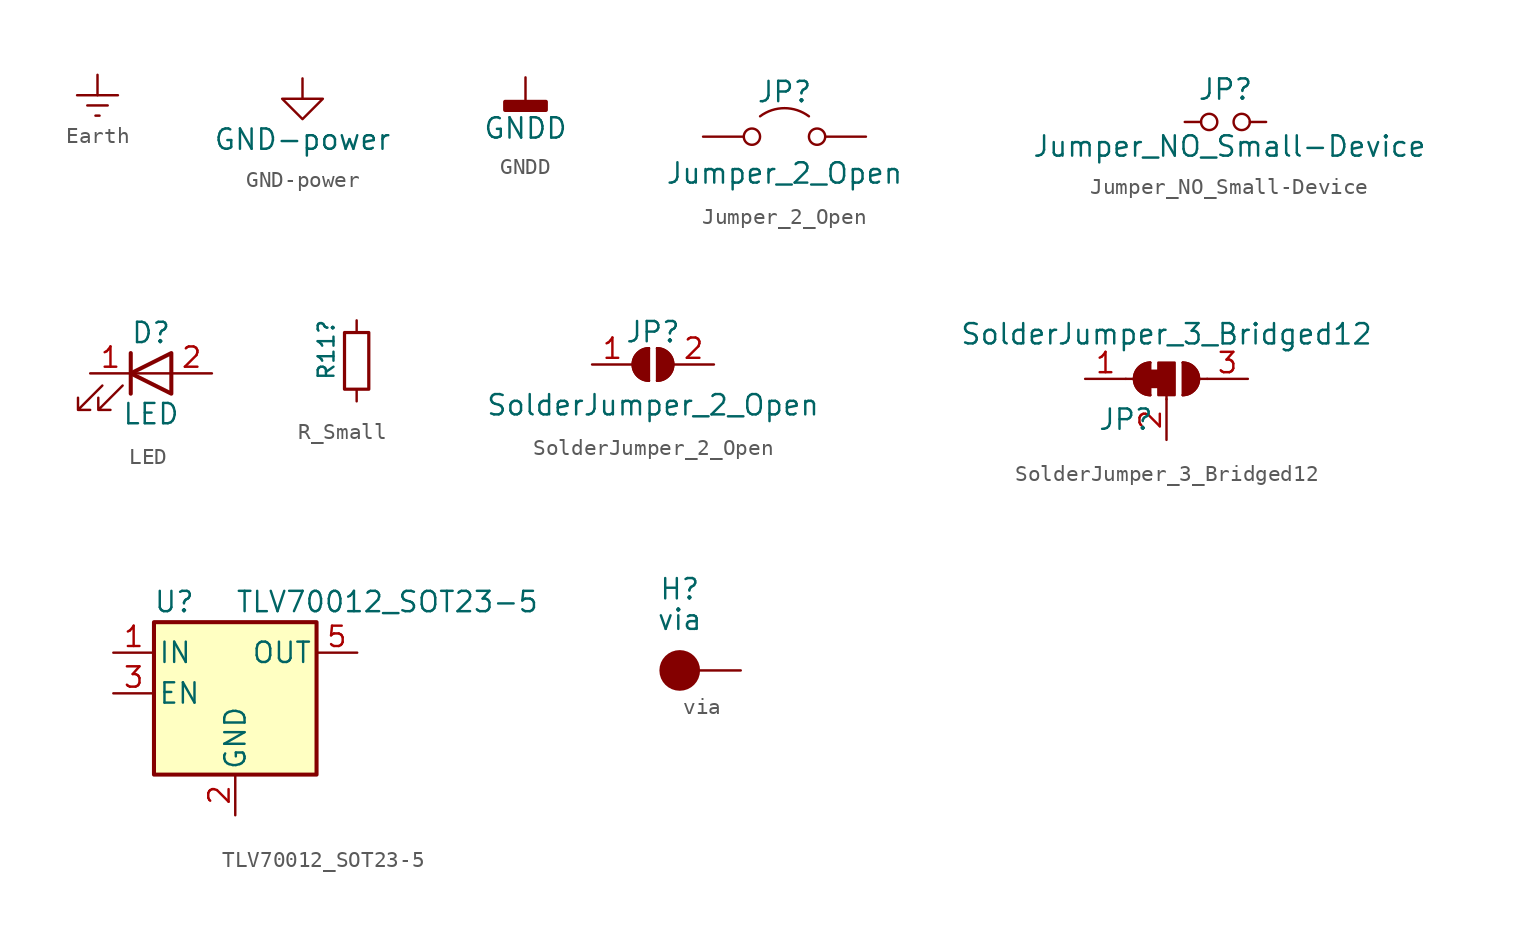
<source format=kicad_sym>
(kicad_symbol_lib
  (version 20241209)
  (generator "kicad_symbol_editor")
  (generator_version "9.0")
  (symbol "Earth"
    (power)
    (pin_names
      (offset 0))
    (property "Reference" "#PWR"
      (at 0 -6.35 0)
      (effects (font (size 1.27 1.27)) (hide yes)))
    (symbol "Earth_0_1"
      (polyline (pts (xy -0.635 -1.905) (xy 0.635 -1.905)) (stroke (width 0) (type default)) (fill (type none)))
      (polyline (pts (xy -0.127 -2.54) (xy 0.127 -2.54)) (stroke (width 0) (type default)) (fill (type none)))
      (polyline (pts (xy 0 -1.27) (xy 0 0)) (stroke (width 0) (type default)) (fill (type none)))
      (polyline (pts (xy 1.27 -1.27) (xy -1.27 -1.27)) (stroke (width 0) (type default)) (fill (type none))))
    (symbol "Earth_1_1"
      (pin power_in line (at 0 0 270) (length 0) (hide yes) (name "Earth" (effects (font (size 1.27 1.27)))) (number "1" (effects (font (size 1.27 1.27)))))))
  (symbol "GND-power"
    (power)
    (pin_names
      (offset 0))
    (property "Reference" "#PWR"
      (at 0 -6.35 0)
      (effects (font (size 1.27 1.27)) (hide yes)))
    (property "Value" "GND-power"
      (at 0 -3.81 0)
      (effects (font (size 1.27 1.27))))
    (symbol "GND-power_0_1"
      (polyline (pts (xy 0 0) (xy 0 -1.27) (xy 1.27 -1.27) (xy 0 -2.54) (xy -1.27 -1.27) (xy 0 -1.27)) (stroke (width 0) (type default)) (fill (type none))))
    (symbol "GND-power_1_1"
      (pin power_in line (at 0 0 270) (length 0) (hide yes) (name "GND" (effects (font (size 1.27 1.27)))) (number "1" (effects (font (size 1.27 1.27)))))))
  (symbol "GNDD"
    (power)
    (pin_names
      (offset 0))
    (property "Reference" "#PWR"
      (at 0 -6.35 0)
      (effects (font (size 1.27 1.27)) (hide yes)))
    (property "Value" "GNDD"
      (at 0 -3.175 0)
      (effects (font (size 1.27 1.27))))
    (symbol "GNDD_0_1"
      (rectangle (start -1.27 -1.524) (end 1.27 -2.032) (stroke (width 0.254) (type default)) (fill (type outline)))
      (polyline (pts (xy 0 0) (xy 0 -1.524)) (stroke (width 0) (type default)) (fill (type none))))
    (symbol "GNDD_1_1"
      (pin power_in line (at 0 0 270) (length 0) (hide yes) (name "GNDD" (effects (font (size 1.27 1.27)))) (number "1" (effects (font (size 1.27 1.27)))))))
  (symbol "Jumper_2_Open"
    (pin_numbers
      (hide yes))
    (pin_names
      (offset 0)
      (hide yes))
    (property "Reference" "JP"
      (at 0 2.794 0)
      (effects (font (size 1.27 1.27))))
    (property "Value" "Jumper_2_Open"
      (at 0 -2.286 0)
      (effects (font (size 1.27 1.27))))
    (symbol "Jumper_2_Open_0_0"
      (circle (center -2.032 0) (radius 0.508) (stroke (width 0) (type default)) (fill (type none)))
      (circle (center 2.032 0) (radius 0.508) (stroke (width 0) (type default)) (fill (type none))))
    (symbol "Jumper_2_Open_0_1"
      (arc (start -1.524 1.27) (mid 0 1.778) (end 1.524 1.27) (stroke (width 0) (type default)) (fill (type none))))
    (symbol "Jumper_2_Open_1_1"
      (pin passive line (at -5.08 0 0) (length 2.54) (name "A" (effects (font (size 1.27 1.27)))) (number "1" (effects (font (size 1.27 1.27)))))
      (pin passive line (at 5.08 0 180) (length 2.54) (name "B" (effects (font (size 1.27 1.27)))) (number "2" (effects (font (size 1.27 1.27)))))))
  (symbol "Jumper_NO_Small-Device"
    (pin_numbers
      (hide yes))
    (pin_names
      (offset 0.762)
      (hide yes))
    (property "Reference" "JP"
      (at 0 2.032 0)
      (effects (font (size 1.27 1.27))))
    (property "Value" "Jumper_NO_Small-Device"
      (at 0.254 -1.524 0)
      (effects (font (size 1.27 1.27))))
    (symbol "Jumper_NO_Small-Device_0_1"
      (circle (center -1.016 0) (radius 0.508) (stroke (width 0) (type default)) (fill (type none)))
      (circle (center 1.016 0) (radius 0.508) (stroke (width 0) (type default)) (fill (type none)))
      (pin passive line (at -2.54 0 0) (length 1.016) (name "1" (effects (font (size 1.27 1.27)))) (number "1" (effects (font (size 1.27 1.27)))))
      (pin passive line (at 2.54 0 180) (length 1.016) (name "2" (effects (font (size 1.27 1.27)))) (number "2" (effects (font (size 1.27 1.27)))))))
  (symbol "LED"
    (pin_names
      (offset 1.016)
      (hide yes))
    (property "Reference" "D"
      (at 0 2.54 0)
      (effects (font (size 1.27 1.27))))
    (property "Value" "LED"
      (at 0 -2.54 0)
      (effects (font (size 1.27 1.27))))
    (symbol "LED_0_1"
      (polyline (pts (xy -3.048 -0.762) (xy -4.572 -2.286) (xy -3.81 -2.286) (xy -4.572 -2.286) (xy -4.572 -1.524)) (stroke (width 0) (type default)) (fill (type none)))
      (polyline (pts (xy -1.778 -0.762) (xy -3.302 -2.286) (xy -2.54 -2.286) (xy -3.302 -2.286) (xy -3.302 -1.524)) (stroke (width 0) (type default)) (fill (type none)))
      (polyline (pts (xy -1.27 0) (xy 1.27 0)) (stroke (width 0) (type default)) (fill (type none)))
      (polyline (pts (xy -1.27 -1.27) (xy -1.27 1.27)) (stroke (width 0.254) (type default)) (fill (type none)))
      (polyline (pts (xy 1.27 -1.27) (xy 1.27 1.27) (xy -1.27 0) (xy 1.27 -1.27)) (stroke (width 0.254) (type default)) (fill (type none))))
    (symbol "LED_1_1"
      (pin passive line (at -3.81 0 0) (length 2.54) (name "K" (effects (font (size 1.27 1.27)))) (number "1" (effects (font (size 1.27 1.27)))))
      (pin passive line (at 3.81 0 180) (length 2.54) (name "A" (effects (font (size 1.27 1.27)))) (number "2" (effects (font (size 1.27 1.27)))))))
  (symbol "R_Small"
    (pin_numbers
      (hide yes))
    (pin_names
      (offset 0.254)
      (hide yes))
    (property "Reference" "R11"
      (at -1.905 -1.27 90)
      (effects (font (size 0.991 0.991)) (justify left)))
    (symbol "R_Small_0_1"
      (rectangle (start -0.762 1.778) (end 0.762 -1.778) (stroke (width 0.203) (type default)) (fill (type none))))
    (symbol "R_Small_1_1"
      (pin passive line (at 0 2.54 270) (length 0.762) (name "~" (effects (font (size 1.27 1.27)))) (number "1" (effects (font (size 1.27 1.27)))))
      (pin passive line (at 0 -2.54 90) (length 0.762) (name "~" (effects (font (size 1.27 1.27)))) (number "2" (effects (font (size 1.27 1.27)))))))
  (symbol "SolderJumper_2_Open"
    (pin_names
      (offset 0)
      (hide yes))
    (property "Reference" "JP"
      (at 0 2.032 0)
      (effects (font (size 1.27 1.27))))
    (property "Value" "SolderJumper_2_Open"
      (at 0 -2.54 0)
      (effects (font (size 1.27 1.27))))
    (symbol "SolderJumper_2_Open_0_1"
      (polyline (pts (xy -0.254 1.016) (xy -0.254 -1.016)) (stroke (width 0) (type default)) (fill (type none)))
      (arc (start -0.254 -1.016) (mid -1.2656 0) (end -0.254 1.016) (stroke (width 0) (type default)) (fill (type none)))
      (arc (start -0.254 -1.016) (mid -1.2656 0) (end -0.254 1.016) (stroke (width 0) (type default)) (fill (type outline)))
      (arc (start 0.254 1.016) (mid 1.2656 0) (end 0.254 -1.016) (stroke (width 0) (type default)) (fill (type none)))
      (arc (start 0.254 1.016) (mid 1.2656 0) (end 0.254 -1.016) (stroke (width 0) (type default)) (fill (type outline)))
      (polyline (pts (xy 0.254 1.016) (xy 0.254 -1.016)) (stroke (width 0) (type default)) (fill (type none))))
    (symbol "SolderJumper_2_Open_1_1"
      (pin passive line (at -3.81 0 0) (length 2.54) (name "A" (effects (font (size 1.27 1.27)))) (number "1" (effects (font (size 1.27 1.27)))))
      (pin passive line (at 3.81 0 180) (length 2.54) (name "B" (effects (font (size 1.27 1.27)))) (number "2" (effects (font (size 1.27 1.27)))))))
  (symbol "SolderJumper_3_Bridged12"
    (pin_names
      (offset 0)
      (hide yes))
    (property "Reference" "JP"
      (at -2.54 -2.54 0)
      (effects (font (size 1.27 1.27))))
    (property "Value" "SolderJumper_3_Bridged12"
      (at 0 2.794 0)
      (effects (font (size 1.27 1.27))))
    (symbol "SolderJumper_3_Bridged12_0_1"
      (polyline (pts (xy -2.54 0) (xy -2.032 0)) (stroke (width 0) (type default)) (fill (type none)))
      (polyline (pts (xy -1.016 1.016) (xy -1.016 -1.016)) (stroke (width 0) (type default)) (fill (type none)))
      (rectangle (start -1.016 0.508) (end -0.508 -0.508) (stroke (width 0) (type default)) (fill (type outline)))
      (arc (start -1.016 -1.016) (mid -2.0276 0) (end -1.016 1.016) (stroke (width 0) (type default)) (fill (type none)))
      (arc (start -1.016 -1.016) (mid -2.0276 0) (end -1.016 1.016) (stroke (width 0) (type default)) (fill (type outline)))
      (rectangle (start -0.508 1.016) (end 0.508 -1.016) (stroke (width 0) (type default)) (fill (type outline)))
      (polyline (pts (xy 0 -1.27) (xy 0 -1.016)) (stroke (width 0) (type default)) (fill (type none)))
      (arc (start 1.016 1.016) (mid 2.0276 0) (end 1.016 -1.016) (stroke (width 0) (type default)) (fill (type none)))
      (arc (start 1.016 1.016) (mid 2.0276 0) (end 1.016 -1.016) (stroke (width 0) (type default)) (fill (type outline)))
      (polyline (pts (xy 1.016 1.016) (xy 1.016 -1.016)) (stroke (width 0) (type default)) (fill (type none)))
      (polyline (pts (xy 2.54 0) (xy 2.032 0)) (stroke (width 0) (type default)) (fill (type none))))
    (symbol "SolderJumper_3_Bridged12_1_1"
      (pin passive line (at -5.08 0 0) (length 2.54) (name "A" (effects (font (size 1.27 1.27)))) (number "1" (effects (font (size 1.27 1.27)))))
      (pin input line (at 0 -3.81 90) (length 2.54) (name "C" (effects (font (size 1.27 1.27)))) (number "2" (effects (font (size 1.27 1.27)))))
      (pin passive line (at 5.08 0 180) (length 2.54) (name "B" (effects (font (size 1.27 1.27)))) (number "3" (effects (font (size 1.27 1.27)))))))
  (symbol "TLV70012_SOT23-5"
    (pin_names
      (offset 0.254))
    (property "Reference" "U"
      (at -3.81 5.715 0)
      (effects (font (size 1.27 1.27))))
    (property "Value" "TLV70012_SOT23-5"
      (at 0 5.715 0)
      (effects (font (size 1.27 1.27)) (justify left)))
    (symbol "TLV70012_SOT23-5_0_1"
      (rectangle (start -5.08 4.445) (end 5.08 -5.08) (stroke (width 0.254) (type default)) (fill (type background))))
    (symbol "TLV70012_SOT23-5_1_1"
      (pin power_in line (at -7.62 2.54 0) (length 2.54) (name "IN" (effects (font (size 1.27 1.27)))) (number "1" (effects (font (size 1.27 1.27)))))
      (pin input line (at -7.62 0 0) (length 2.54) (name "EN" (effects (font (size 1.27 1.27)))) (number "3" (effects (font (size 1.27 1.27)))))
      (pin power_in line (at 0 -7.62 90) (length 2.54) (name "GND" (effects (font (size 1.27 1.27)))) (number "2" (effects (font (size 1.27 1.27)))))
      (pin no_connect line (at 5.08 0 180) (length 2.54) (hide yes) (name "NC" (effects (font (size 1.27 1.27)))) (number "4" (effects (font (size 1.27 1.27)))))
      (pin power_out line (at 7.62 2.54 180) (length 2.54) (name "OUT" (effects (font (size 1.27 1.27)))) (number "5" (effects (font (size 1.27 1.27)))))))
  (symbol "via"
    (pin_numbers
      (hide yes))
    (pin_names
      (offset 1.016)
      (hide yes))
    (property "Reference" "H"
      (at 0 6.35 0)
      (effects (font (size 1.27 1.27))))
    (property "Value" "via"
      (at 0 4.445 0)
      (effects (font (size 1.27 1.27))))
    (symbol "via_0_1"
      (circle (center 0 1.27) (radius 0.0001) (stroke (width 1.27) (type default)) (fill (type none))))
    (symbol "via_1_1"
      (pin input line (at 3.81 1.27 180) (length 2.54) (name "1" (effects (font (size 1.27 1.27)))) (number "1" (effects (font (size 1.27 1.27))))))))
</source>
